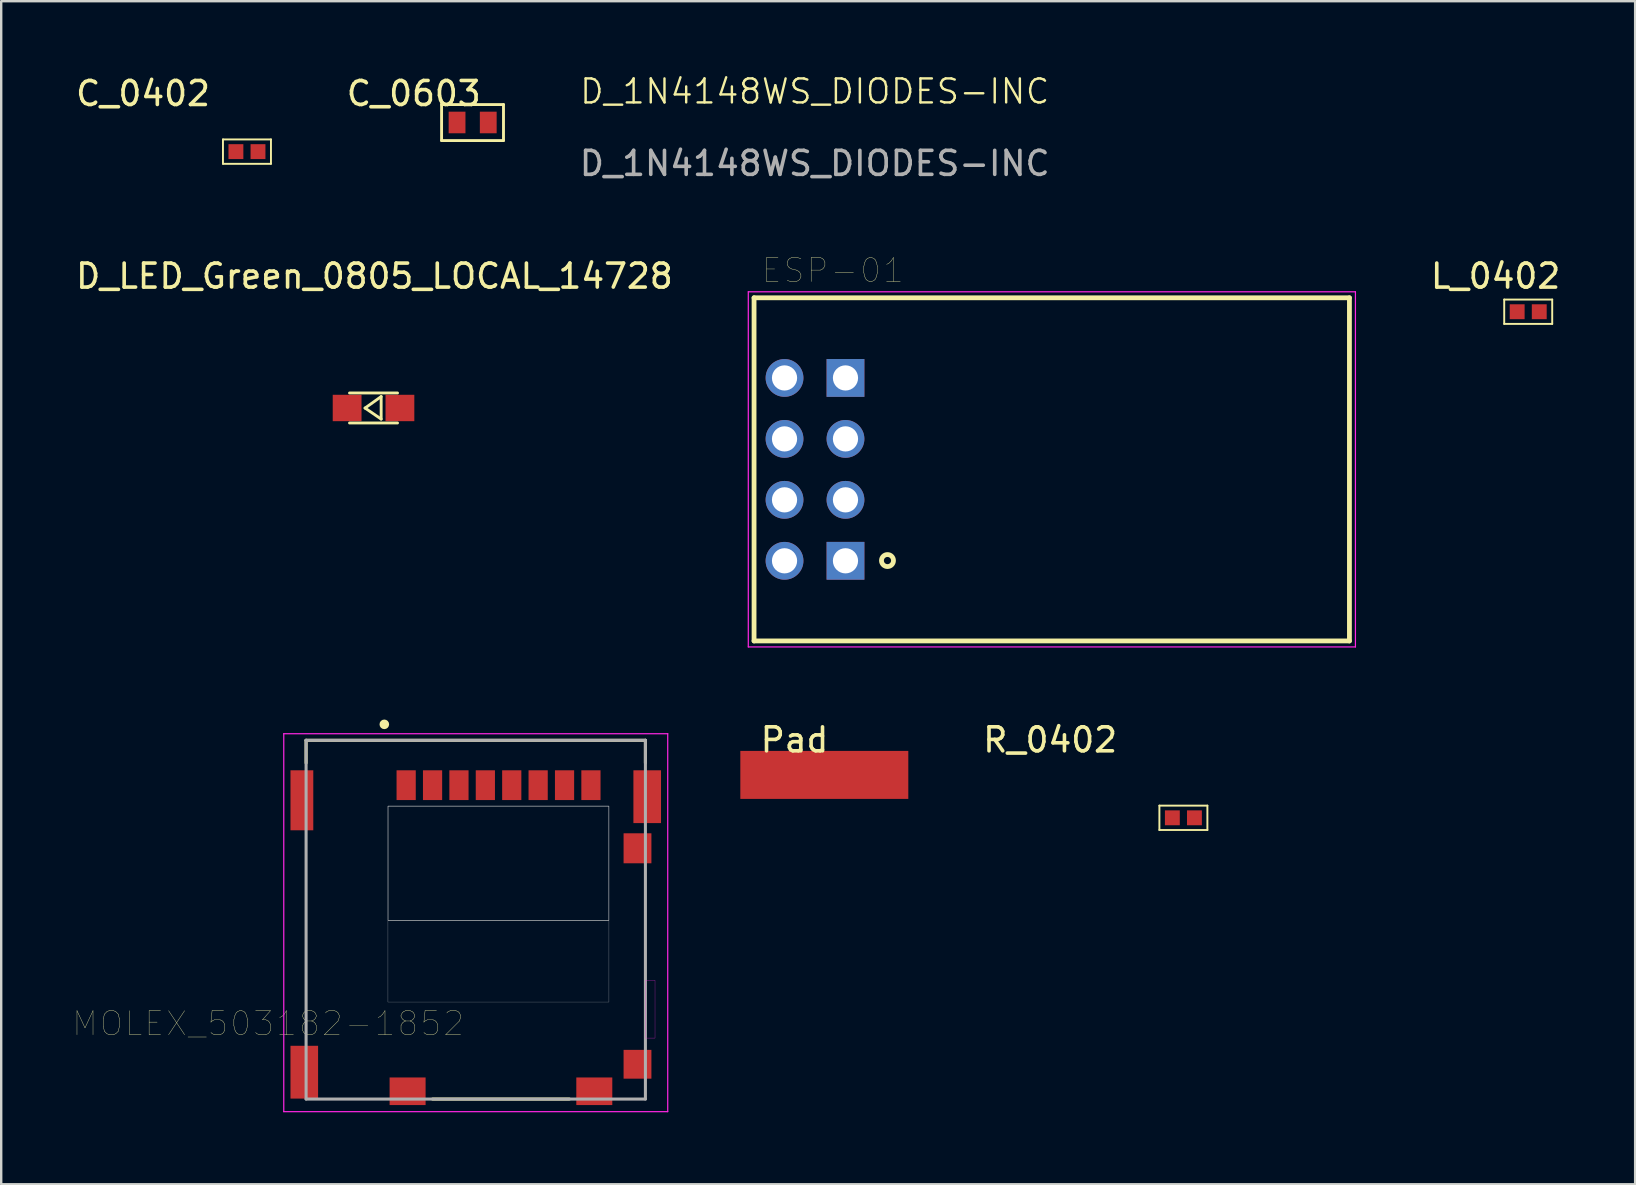
<source format=kicad_pcb>
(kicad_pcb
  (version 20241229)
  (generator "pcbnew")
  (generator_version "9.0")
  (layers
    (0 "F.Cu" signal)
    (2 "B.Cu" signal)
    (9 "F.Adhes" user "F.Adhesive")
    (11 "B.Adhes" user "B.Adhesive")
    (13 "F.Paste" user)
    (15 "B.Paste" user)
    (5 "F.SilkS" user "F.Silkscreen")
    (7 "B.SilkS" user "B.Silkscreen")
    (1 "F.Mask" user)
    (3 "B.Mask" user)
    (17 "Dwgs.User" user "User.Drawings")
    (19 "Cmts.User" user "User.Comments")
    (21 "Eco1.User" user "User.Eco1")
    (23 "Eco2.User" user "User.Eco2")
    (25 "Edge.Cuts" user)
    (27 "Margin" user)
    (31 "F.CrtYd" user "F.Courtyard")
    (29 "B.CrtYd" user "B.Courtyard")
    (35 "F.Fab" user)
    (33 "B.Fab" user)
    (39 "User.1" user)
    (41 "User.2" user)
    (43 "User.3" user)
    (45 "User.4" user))
  (footprint "ESP-01"
    (layer "F.Cu")
    (at 32.182 16.509)
    (property "Reference" "ESP-01" (at -0.525 -8.289 0) (layer "F.SilkS") (effects (font (size 1 1) (thickness 0.015))))
    (attr through_hole)
    (fp_line (start -3.81 -7.15) (end 21 -7.15) (stroke (width 0.2) (type solid)) (layer "F.SilkS"))
    (fp_line (start -3.81 7.15) (end -3.81 -7.15) (stroke (width 0.2) (type solid)) (layer "F.SilkS"))
    (fp_line (start 21 -7.15) (end 21 7.15) (stroke (width 0.2) (type solid)) (layer "F.SilkS"))
    (fp_line (start 21 7.15) (end -3.81 7.15) (stroke (width 0.2) (type solid)) (layer "F.SilkS"))
    (fp_circle (center 1.75 3.8) (end 2 3.8) (stroke (width 0.2) (type solid)) (fill no) (layer "F.SilkS"))
    (fp_line (start -4.05 -7.4) (end 21.25 -7.4) (stroke (width 0.05) (type solid)) (layer "F.CrtYd"))
    (fp_line (start -4.05 7.4) (end -4.05 -7.4) (stroke (width 0.05) (type solid)) (layer "F.CrtYd"))
    (fp_line (start 21.25 -7.4) (end 21.25 7.4) (stroke (width 0.05) (type solid)) (layer "F.CrtYd"))
    (fp_line (start 21.25 7.4) (end -4.05 7.4) (stroke (width 0.05) (type solid)) (layer "F.CrtYd"))
    (pad "1" thru_hole rect (at 0 3.81) (size 1.575 1.575) (drill 1.05) (layers "*.Cu" "*.Mask"))
    (pad "2" thru_hole circle (at 0 1.27) (size 1.575 1.575) (drill 1.05) (layers "*.Cu" "*.Mask"))
    (pad "3" thru_hole circle (at 0 -1.27) (size 1.575 1.575) (drill 1.05) (layers "*.Cu" "*.Mask"))
    (pad "4" thru_hole rect (at 0 -3.81) (size 1.575 1.575) (drill 1.05) (layers "*.Cu" "*.Mask"))
    (pad "5" thru_hole circle (at -2.54 -3.81) (size 1.575 1.575) (drill 1.05) (layers "*.Cu" "*.Mask"))
    (pad "6" thru_hole circle (at -2.54 -1.27) (size 1.575 1.575) (drill 1.05) (layers "*.Cu" "*.Mask"))
    (pad "7" thru_hole circle (at -2.54 1.27) (size 1.575 1.575) (drill 1.05) (layers "*.Cu" "*.Mask"))
    (pad "8" thru_hole circle (at -2.54 3.81) (size 1.575 1.575) (drill 1.05) (layers "*.Cu" "*.Mask")))
  (footprint "L_0402"
    (layer "F.Cu")
    (at 60.632 9.94)
    (property "Reference" "L_0402" (at -1.359 -1.483 0) (layer "F.SilkS") (effects (font (size 1 1) (thickness 0.15))))
    (attr through_hole)
    (fp_line (start -1 -0.508) (end -1 0.508) (stroke (width 0.08) (type solid)) (layer "F.SilkS"))
    (fp_line (start -1 0.508) (end 1 0.508) (stroke (width 0.08) (type solid)) (layer "F.SilkS"))
    (fp_line (start 1 -0.508) (end -1 -0.508) (stroke (width 0.08) (type solid)) (layer "F.SilkS"))
    (fp_line (start 1 0.508) (end 1 -0.508) (stroke (width 0.08) (type solid)) (layer "F.SilkS"))
    (pad "1" smd rect (at 0.46 0 90) (size 0.62 0.62) (layers "F.Cu" "F.Mask" "F.Paste" "Eco2.User"))
    (pad "2" smd rect (at -0.46 0 270) (size 0.62 0.62) (layers "F.Cu" "F.Mask" "F.Paste" "Eco2.User")))
  (footprint "R_0402"
    (layer "F.Cu")
    (at 46.263 31.029)
    (property "Reference" "R_0402" (at -5.552 -3.247 0) (layer "F.SilkS") (effects (font (size 1 1) (thickness 0.15))))
    (attr through_hole)
    (fp_line (start -1 -0.508) (end -1 0.508) (stroke (width 0.08) (type solid)) (layer "F.SilkS"))
    (fp_line (start -1 0.508) (end 1 0.508) (stroke (width 0.08) (type solid)) (layer "F.SilkS"))
    (fp_line (start 1 -0.508) (end -1 -0.508) (stroke (width 0.08) (type solid)) (layer "F.SilkS"))
    (fp_line (start 1 0.508) (end 1 -0.508) (stroke (width 0.08) (type solid)) (layer "F.SilkS"))
    (pad "1" smd rect (at 0.46 0 90) (size 0.62 0.62) (layers "F.Cu" "F.Mask" "F.Paste" "Eco2.User"))
    (pad "2" smd rect (at -0.46 0 270) (size 0.62 0.62) (layers "F.Cu" "F.Mask" "F.Paste" "Eco2.User")))
  (footprint "D_1N4148WS_DIODES-INC"
    (layer "F.Cu")
    (at 30.901 1.26)
    (property "Reference" "D_1N4148WS_DIODES-INC" (at 0 -0.5 0) (unlocked yes) (layer "F.SilkS") (effects (font (size 1 1) (thickness 0.1))))
    (attr smd)
    (fp_text user "${REFERENCE}" (at 0 2.5 0) (unlocked yes) (layer "F.Fab") (effects (font (size 1 1) (thickness 0.15)))))
  (footprint "MOLEX_503182-1852"
    (layer "F.Cu")
    (at 16.775 36.024)
    (property "Reference" "MOLEX_503182-1852" (at -8.649 3.581 180) (layer "F.SilkS") (effects (font (size 1.002 1.002) (thickness 0.015))))
    (attr through_hole)
    (fp_line (start -7.07 -8.225) (end 7.07 -8.225) (stroke (width 0.127) (type solid)) (layer "F.SilkS"))
    (fp_line (start -7.07 -7.28) (end -7.07 -8.225) (stroke (width 0.127) (type solid)) (layer "F.SilkS"))
    (fp_line (start -1.8 6.725) (end 3.9 6.725) (stroke (width 0.127) (type solid)) (layer "F.SilkS"))
    (fp_line (start 7.07 -8.225) (end 7.07 -7.28) (stroke (width 0.127) (type solid)) (layer "F.SilkS"))
    (fp_circle (center -3.81 -8.89) (end -3.71 -8.89) (stroke (width 0.2) (type solid)) (fill no) (layer "F.SilkS"))
    (fp_poly (pts (xy -3.659 -0.725) (xy 5.55 -0.725) (xy 5.55 2.682) (xy -3.659 2.682)) (stroke (width 0.01) (type solid)) (fill no) (layer "Dwgs.User"))
    (fp_poly (pts (xy -3.658 -5.485) (xy 5.55 -5.485) (xy 5.55 -0.727) (xy -3.658 -0.727)) (stroke (width 0.01) (type solid)) (fill no) (layer "Dwgs.User"))
    (fp_poly (pts (xy -3.656 -5.485) (xy 5.55 -5.485) (xy 5.55 -0.726) (xy -3.656 -0.726)) (stroke (width 0.01) (type solid)) (fill no) (layer "Dwgs.User"))
    (fp_poly (pts (xy -3.655 -5.485) (xy 5.55 -5.485) (xy 5.55 -0.726) (xy -3.655 -0.726)) (stroke (width 0.01) (type solid)) (fill no) (layer "Dwgs.User"))
    (fp_line (start -8 -8.5) (end -8 7.25) (stroke (width 0.05) (type solid)) (layer "F.CrtYd"))
    (fp_line (start -8 7.25) (end 8 7.25) (stroke (width 0.05) (type solid)) (layer "F.CrtYd"))
    (fp_line (start 8 -8.5) (end -8 -8.5) (stroke (width 0.05) (type solid)) (layer "F.CrtYd"))
    (fp_line (start 8 7.25) (end 8 -8.5) (stroke (width 0.05) (type solid)) (layer "F.CrtYd"))
    (fp_poly (pts (xy 7.085 1.775) (xy 7.47 1.775) (xy 7.47 4.184) (xy 7.085 4.184)) (stroke (width 0.01) (type solid)) (fill no) (layer "F.CrtYd"))
    (fp_line (start -7.07 -8.225) (end 7.07 -8.225) (stroke (width 0.127) (type solid)) (layer "F.Fab"))
    (fp_line (start -7.07 6.725) (end -7.07 -8.225) (stroke (width 0.127) (type solid)) (layer "F.Fab"))
    (fp_line (start 7.07 -8.225) (end 7.07 6.725) (stroke (width 0.127) (type solid)) (layer "F.Fab"))
    (fp_line (start 7.07 6.725) (end -7.07 6.725) (stroke (width 0.127) (type solid)) (layer "F.Fab"))
    (pad "1" smd rect (at -2.9 -6.355) (size 0.8 1.24) (layers "F.Cu" "F.Mask" "F.Paste"))
    (pad "2" smd rect (at -1.8 -6.355) (size 0.8 1.24) (layers "F.Cu" "F.Mask" "F.Paste"))
    (pad "3" smd rect (at -0.7 -6.355) (size 0.8 1.24) (layers "F.Cu" "F.Mask" "F.Paste"))
    (pad "4" smd rect (at 0.4 -6.355) (size 0.8 1.24) (layers "F.Cu" "F.Mask" "F.Paste"))
    (pad "5" smd rect (at 1.5 -6.355) (size 0.8 1.24) (layers "F.Cu" "F.Mask" "F.Paste"))
    (pad "6" smd rect (at 2.6 -6.355) (size 0.8 1.24) (layers "F.Cu" "F.Mask" "F.Paste"))
    (pad "7" smd rect (at 3.7 -6.355) (size 0.8 1.24) (layers "F.Cu" "F.Mask" "F.Paste"))
    (pad "8" smd rect (at 4.8 -6.355) (size 0.8 1.24) (layers "F.Cu" "F.Mask" "F.Paste"))
    (pad "DT" smd rect (at 6.74 5.275) (size 1.16 1.2) (layers "F.Cu" "F.Mask" "F.Paste"))
    (pad "P1" smd rect (at -7.245 -5.725) (size 0.95 2.5) (layers "F.Cu" "F.Mask" "F.Paste"))
    (pad "P2" smd rect (at 7.145 -5.875) (size 1.15 2.2) (layers "F.Cu" "F.Mask" "F.Paste"))
    (pad "P3" smd rect (at -7.145 5.605) (size 1.15 2.2) (layers "F.Cu" "F.Mask" "F.Paste"))
    (pad "P4" smd rect (at -2.84 6.4) (size 1.5 1.15) (layers "F.Cu" "F.Mask" "F.Paste"))
    (pad "P5" smd rect (at 4.94 6.4) (size 1.5 1.15) (layers "F.Cu" "F.Mask" "F.Paste"))
    (pad "SW" smd rect (at 6.74 -3.725) (size 1.16 1.25) (layers "F.Cu" "F.Mask" "F.Paste")))
  (footprint "Pad"
    (layer "F.Cu")
    (at 31.3 29.241)
    (property "Reference" "Pad" (at -1.242 -1.458 0) (layer "F.SilkS") (effects (font (size 1 1) (thickness 0.15))))
    (attr through_hole)
    (pad "1" smd rect (at 0 0) (size 7 2) (layers "F.Cu" "F.Mask" "F.Paste")))
  (footprint "D_LED_Green_0805_LOCAL_14728"
    (layer "F.Cu")
    (at 12.515 13.951)
    (property "Reference" "D_LED_Green_0805_LOCAL_14728" (at 0.038 -5.494 0) (layer "F.SilkS") (effects (font (size 1 1) (thickness 0.15))))
    (attr through_hole)
    (fp_line (start -1 -0.625) (end 1 -0.625) (stroke (width 0.12) (type solid)) (layer "F.SilkS"))
    (fp_line (start -0.353 0.003) (end 0.318 -0.475) (stroke (width 0.12) (type solid)) (layer "F.SilkS"))
    (fp_line (start 0.318 -0.475) (end 0.318 0.462) (stroke (width 0.12) (type solid)) (layer "F.SilkS"))
    (fp_line (start 0.318 0.462) (end -0.353 0.003) (stroke (width 0.12) (type solid)) (layer "F.SilkS"))
    (fp_line (start 1 0.625) (end -1 0.625) (stroke (width 0.12) (type solid)) (layer "F.SilkS"))
    (pad "1" smd rect (at -1.1 0 180) (size 1.2 1.1) (layers "F.Cu" "F.Mask" "F.Paste"))
    (pad "2" smd rect (at 1.1 0) (size 1.2 1.1) (layers "F.Cu" "F.Mask" "F.Paste")))
  (footprint "C_0603"
    (layer "F.Cu")
    (at 16.646 2.054)
    (property "Reference" "C_0603" (at -2.454 -1.206 0) (layer "F.SilkS") (effects (font (size 1 1) (thickness 0.15))))
    (attr through_hole)
    (fp_line (start -1.295 -0.747) (end -1.295 0.753) (stroke (width 0.12) (type solid)) (layer "F.SilkS"))
    (fp_line (start -1.295 0.753) (end 1.285 0.753) (stroke (width 0.12) (type solid)) (layer "F.SilkS"))
    (fp_line (start 1.285 -0.747) (end -1.295 -0.747) (stroke (width 0.12) (type solid)) (layer "F.SilkS"))
    (fp_line (start 1.285 -0.747) (end 1.285 0.753) (stroke (width 0.12) (type solid)) (layer "F.SilkS"))
    (pad "1" smd rect (at 0.65 0) (size 0.7 0.9) (layers "F.Cu" "F.Mask" "F.Paste"))
    (pad "2" smd rect (at -0.65 0) (size 0.7 0.9) (layers "F.Cu" "F.Mask" "F.Paste")))
  (footprint "C_0402"
    (layer "F.Cu")
    (at 7.241 3.268)
    (property "Reference" "C_0402" (at -4.33 -2.42 0) (layer "F.SilkS") (effects (font (size 1 1) (thickness 0.15))))
    (attr through_hole)
    (fp_line (start -1 -0.508) (end -1 0.508) (stroke (width 0.08) (type solid)) (layer "F.SilkS"))
    (fp_line (start -1 0.508) (end 1 0.508) (stroke (width 0.08) (type solid)) (layer "F.SilkS"))
    (fp_line (start 1 -0.508) (end -1 -0.508) (stroke (width 0.08) (type solid)) (layer "F.SilkS"))
    (fp_line (start 1 0.508) (end 1 -0.508) (stroke (width 0.08) (type solid)) (layer "F.SilkS"))
    (pad "1" smd rect (at 0.46 0 90) (size 0.62 0.62) (layers "F.Cu" "F.Mask" "F.Paste" "Eco2.User"))
    (pad "2" smd rect (at -0.46 0 270) (size 0.62 0.62) (layers "F.Cu" "F.Mask" "F.Paste" "Eco2.User")))
  (gr_rect
    (start -3 -3)
    (end 65.088 46.299)
    (stroke (width 0.1) (type default))
    (fill no)
    (layer "Edge.Cuts")))
</source>
